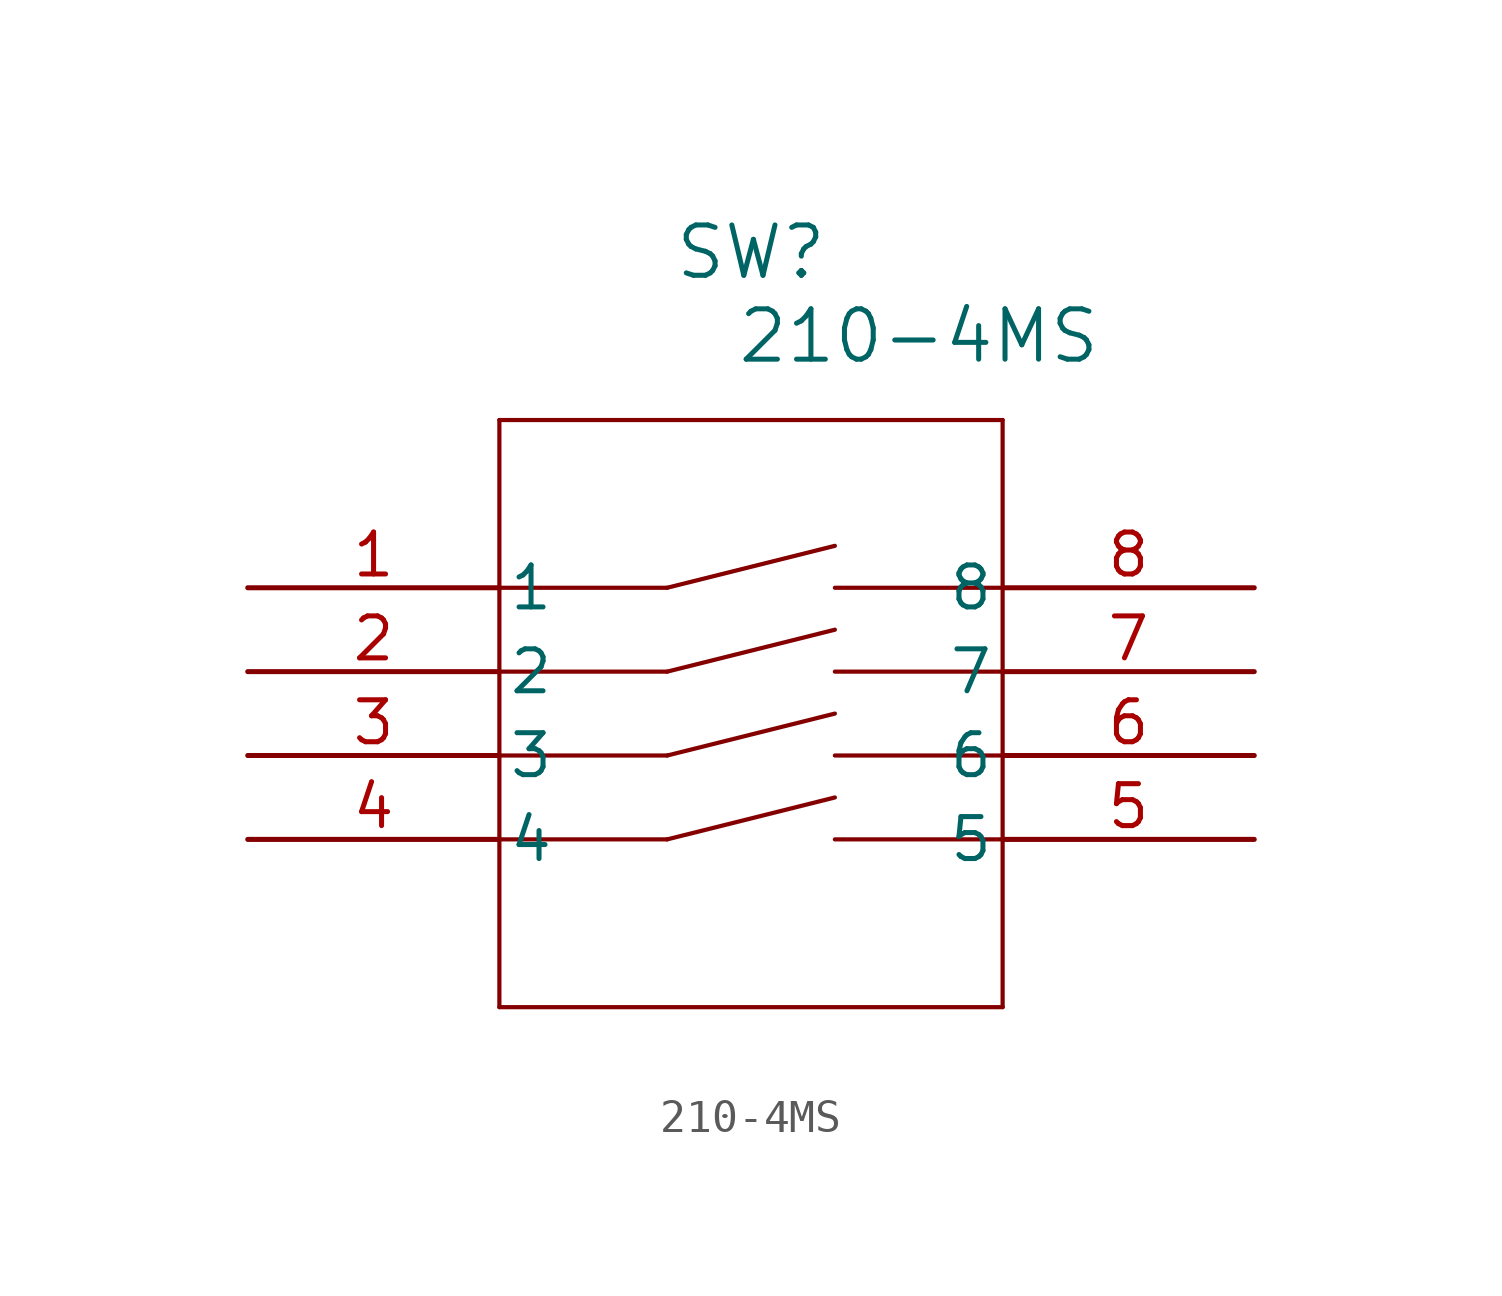
<source format=kicad_sym>
(kicad_symbol_lib
  (version 20211014)
  (generator kicad_symbol_editor)
  (symbol "210-4MS"
    (pin_names
      (offset 0.254))
    (property "Reference" "SW"
      (at 15.24 10.16 0)
      (effects (font (size 1.524 1.524))))
    (property "Value" "210-4MS"
      (at 20.32 7.62 0)
      (effects (font (size 1.524 1.524))))
    (symbol "210-4MS_0_1"
      (polyline (pts (xy 7.62 5.08) (xy 7.62 -12.7)) (stroke (width 0.127) (type default) (color 0 0 0 0)) (fill (type none)))
      (polyline (pts (xy 7.62 -12.7) (xy 22.86 -12.7)) (stroke (width 0.127) (type default) (color 0 0 0 0)) (fill (type none)))
      (polyline (pts (xy 22.86 -12.7) (xy 22.86 5.08)) (stroke (width 0.127) (type default) (color 0 0 0 0)) (fill (type none)))
      (polyline (pts (xy 22.86 5.08) (xy 7.62 5.08)) (stroke (width 0.127) (type default) (color 0 0 0 0)) (fill (type none)))
      (polyline (pts (xy 7.62 0) (xy 12.7 0)) (stroke (width 0.127) (type default) (color 0 0 0 0)) (fill (type none)))
      (polyline (pts (xy 22.86 0) (xy 17.78 0)) (stroke (width 0.127) (type default) (color 0 0 0 0)) (fill (type none)))
      (polyline (pts (xy 12.7 0) (xy 17.78 1.27)) (stroke (width 0.127) (type default) (color 0 0 0 0)) (fill (type none)))
      (polyline (pts (xy 7.62 -2.54) (xy 12.7 -2.54)) (stroke (width 0.127) (type default) (color 0 0 0 0)) (fill (type none)))
      (polyline (pts (xy 22.86 -2.54) (xy 17.78 -2.54)) (stroke (width 0.127) (type default) (color 0 0 0 0)) (fill (type none)))
      (polyline (pts (xy 12.7 -2.54) (xy 17.78 -1.27)) (stroke (width 0.127) (type default) (color 0 0 0 0)) (fill (type none)))
      (polyline (pts (xy 7.62 -5.08) (xy 12.7 -5.08)) (stroke (width 0.127) (type default) (color 0 0 0 0)) (fill (type none)))
      (polyline (pts (xy 22.86 -5.08) (xy 17.78 -5.08)) (stroke (width 0.127) (type default) (color 0 0 0 0)) (fill (type none)))
      (polyline (pts (xy 12.7 -5.08) (xy 17.78 -3.81)) (stroke (width 0.127) (type default) (color 0 0 0 0)) (fill (type none)))
      (polyline (pts (xy 7.62 -7.62) (xy 12.7 -7.62)) (stroke (width 0.127) (type default) (color 0 0 0 0)) (fill (type none)))
      (polyline (pts (xy 22.86 -7.62) (xy 17.78 -7.62)) (stroke (width 0.127) (type default) (color 0 0 0 0)) (fill (type none)))
      (polyline (pts (xy 12.7 -7.62) (xy 17.78 -6.35)) (stroke (width 0.127) (type default) (color 0 0 0 0)) (fill (type none)))
      (pin unspecified line (at 0 0 0) (length 7.62) (name "1" (effects (font (size 1.27 1.27)))) (number "1" (effects (font (size 1.27 1.27)))))
      (pin unspecified line (at 0 -2.54 0) (length 7.62) (name "2" (effects (font (size 1.27 1.27)))) (number "2" (effects (font (size 1.27 1.27)))))
      (pin unspecified line (at 0 -5.08 0) (length 7.62) (name "3" (effects (font (size 1.27 1.27)))) (number "3" (effects (font (size 1.27 1.27)))))
      (pin unspecified line (at 0 -7.62 0) (length 7.62) (name "4" (effects (font (size 1.27 1.27)))) (number "4" (effects (font (size 1.27 1.27)))))
      (pin unspecified line (at 30.48 -7.62 180) (length 7.62) (name "5" (effects (font (size 1.27 1.27)))) (number "5" (effects (font (size 1.27 1.27)))))
      (pin unspecified line (at 30.48 -5.08 180) (length 7.62) (name "6" (effects (font (size 1.27 1.27)))) (number "6" (effects (font (size 1.27 1.27)))))
      (pin unspecified line (at 30.48 -2.54 180) (length 7.62) (name "7" (effects (font (size 1.27 1.27)))) (number "7" (effects (font (size 1.27 1.27)))))
      (pin unspecified line (at 30.48 0 180) (length 7.62) (name "8" (effects (font (size 1.27 1.27)))) (number "8" (effects (font (size 1.27 1.27))))))))
</source>
